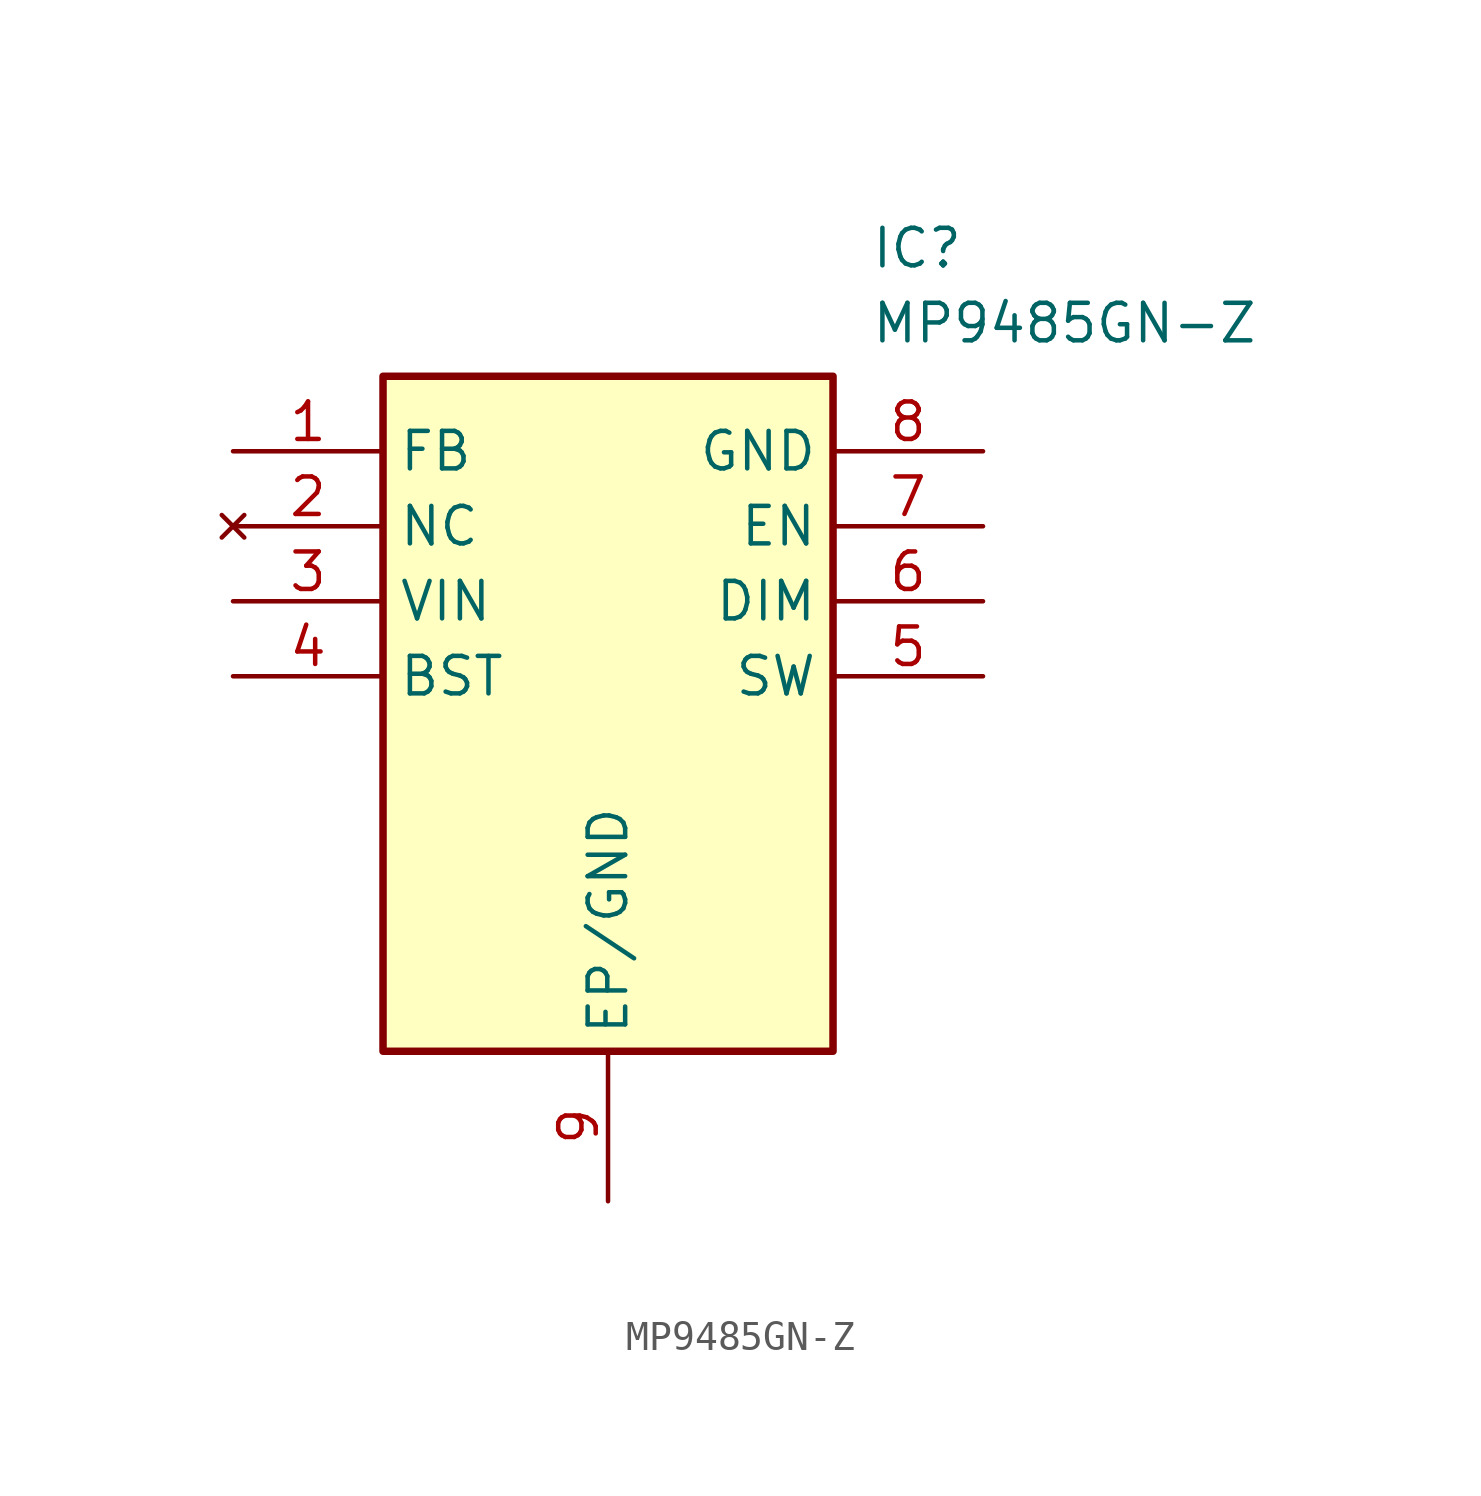
<source format=kicad_sym>
(kicad_symbol_lib
  (version 20211014)
  (generator SamacSys_ECAD_Model)
  (symbol "MP9485GN-Z"
    (property "Reference" "IC"
      (at 21.59 7.62 0)
      (effects (font (size 1.27 1.27)) (justify left top)))
    (property "Value" "MP9485GN-Z"
      (at 21.59 5.08 0)
      (effects (font (size 1.27 1.27)) (justify left top)))
    (rectangle
      (start 5.08 2.54)
      (end 20.32 -20.32)
      (stroke (width 0.254) (type default))
      (fill (type background)))
    (pin passive line
      (at 0 0 0)
      (length 5.08)
      (name "FB" (effects (font (size 1.27 1.27))))
      (number "1" (effects (font (size 1.27 1.27)))))
    (pin no_connect line
      (at 0 -2.54 0)
      (length 5.08)
      (name "NC" (effects (font (size 1.27 1.27))))
      (number "2" (effects (font (size 1.27 1.27)))))
    (pin passive line
      (at 0 -5.08 0)
      (length 5.08)
      (name "VIN" (effects (font (size 1.27 1.27))))
      (number "3" (effects (font (size 1.27 1.27)))))
    (pin passive line
      (at 0 -7.62 0)
      (length 5.08)
      (name "BST" (effects (font (size 1.27 1.27))))
      (number "4" (effects (font (size 1.27 1.27)))))
    (pin power_in line
      (at 12.7 -25.4 90)
      (length 5.08)
      (name "EP/GND" (effects (font (size 1.27 1.27))))
      (number "9" (effects (font (size 1.27 1.27)))))
    (pin power_in line
      (at 25.4 0 180)
      (length 5.08)
      (name "GND" (effects (font (size 1.27 1.27))))
      (number "8" (effects (font (size 1.27 1.27)))))
    (pin passive line
      (at 25.4 -2.54 180)
      (length 5.08)
      (name "EN" (effects (font (size 1.27 1.27))))
      (number "7" (effects (font (size 1.27 1.27)))))
    (pin passive line
      (at 25.4 -5.08 180)
      (length 5.08)
      (name "DIM" (effects (font (size 1.27 1.27))))
      (number "6" (effects (font (size 1.27 1.27)))))
    (pin passive line
      (at 25.4 -7.62 180)
      (length 5.08)
      (name "SW" (effects (font (size 1.27 1.27))))
      (number "5" (effects (font (size 1.27 1.27)))))))
</source>
